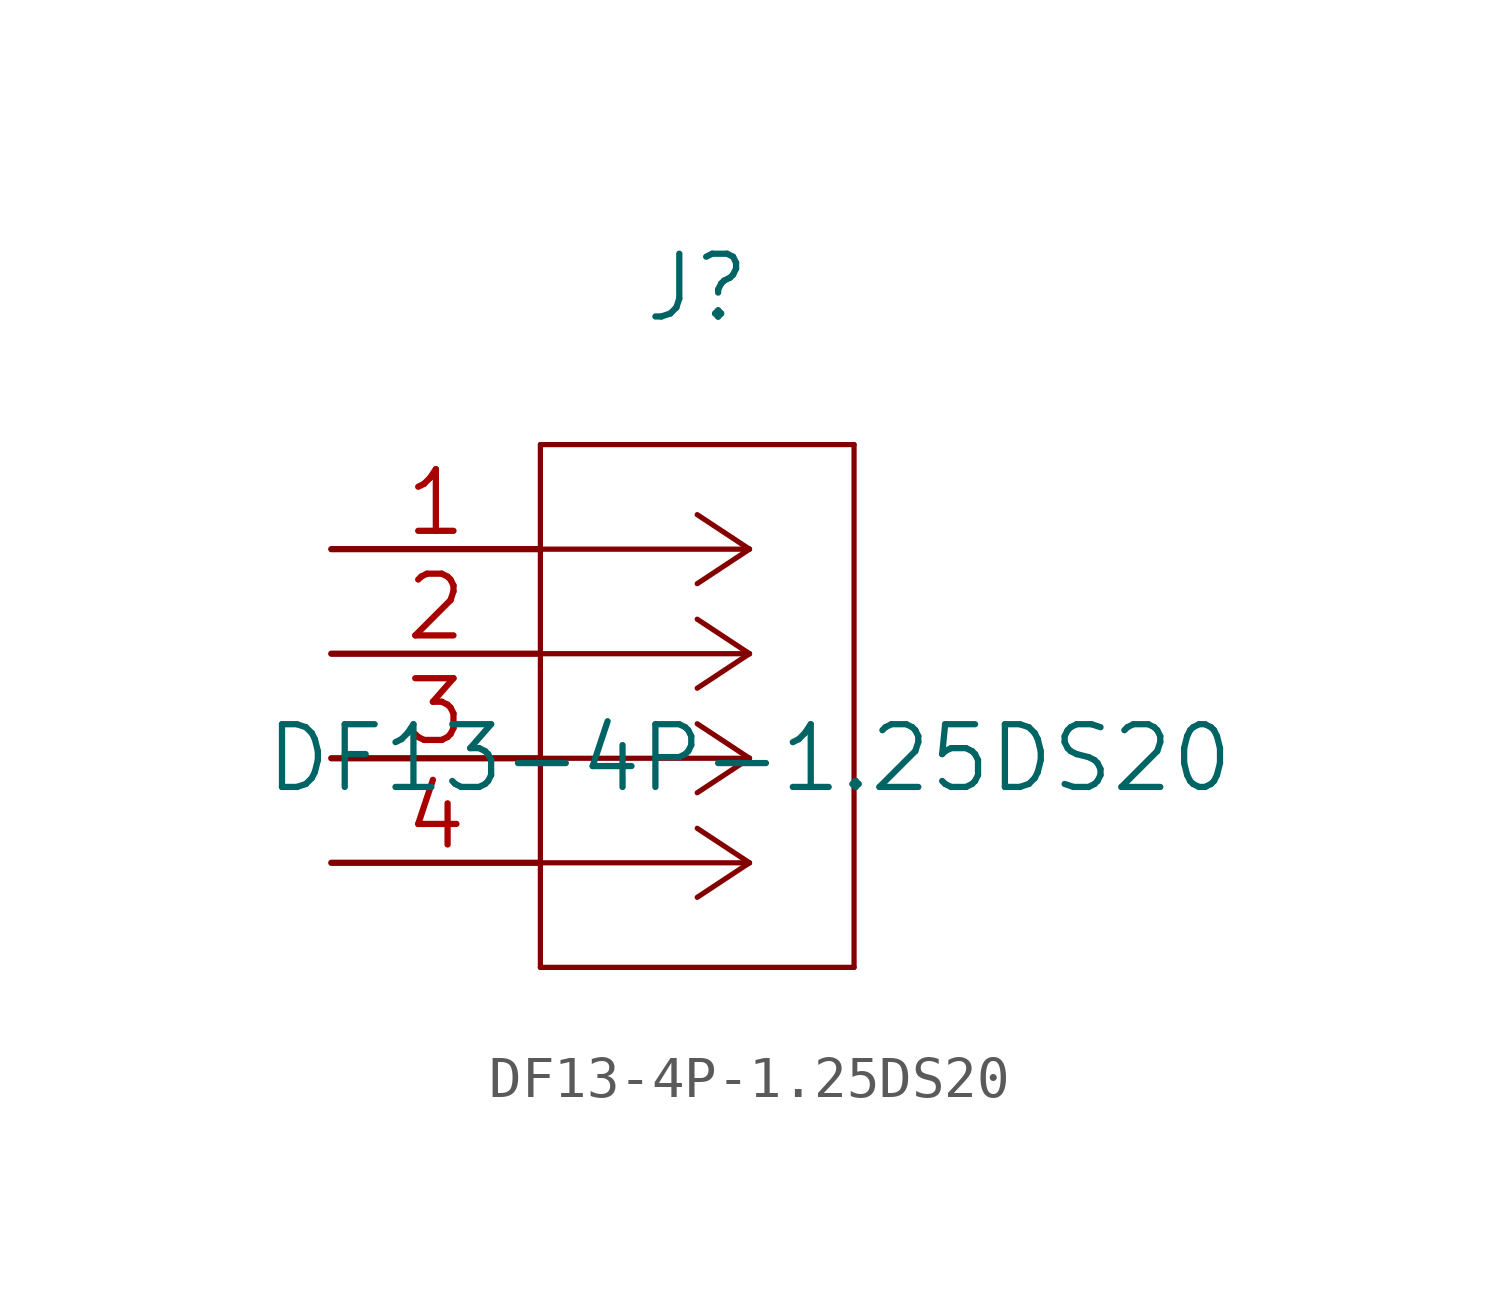
<source format=kicad_sym>
(kicad_symbol_lib
  (version 20211014)
  (generator kicad_symbol_editor)
  (symbol "DF13-4P-1.25DS20"
    (pin_names
      (offset 0.254) hide)
    (property "Reference" "J"
      (at 8.89 6.35 0)
      (effects (font (size 1.524 1.524))))
    (property "Value" "DF13-4P-1.25DS20"
      (at 10.16 -5.08 0)
      (effects (font (size 1.524 1.524))))
    (property "Datasheet" ""
      (at 0 0 0)
      (effects (font (size 1.524 1.524))))
    (property "ki_locked" ""
      (at 0 0 0)
      (effects (font (size 1.27 1.27))))
    (symbol "DF13-4P-1.25DS20_1_1"
      (polyline (pts (xy 5.08 -10.16) (xy 12.7 -10.16)) (stroke (width 0.127) (type default) (color 0 0 0 0)) (fill (type none)))
      (polyline (pts (xy 5.08 2.54) (xy 5.08 -10.16)) (stroke (width 0.127) (type default) (color 0 0 0 0)) (fill (type none)))
      (polyline (pts (xy 10.16 -7.62) (xy 5.08 -7.62)) (stroke (width 0.127) (type default) (color 0 0 0 0)) (fill (type none)))
      (polyline (pts (xy 10.16 -7.62) (xy 8.89 -8.458)) (stroke (width 0.127) (type default) (color 0 0 0 0)) (fill (type none)))
      (polyline (pts (xy 10.16 -7.62) (xy 8.89 -6.782)) (stroke (width 0.127) (type default) (color 0 0 0 0)) (fill (type none)))
      (polyline (pts (xy 10.16 -5.08) (xy 5.08 -5.08)) (stroke (width 0.127) (type default) (color 0 0 0 0)) (fill (type none)))
      (polyline (pts (xy 10.16 -5.08) (xy 8.89 -5.918)) (stroke (width 0.127) (type default) (color 0 0 0 0)) (fill (type none)))
      (polyline (pts (xy 10.16 -5.08) (xy 8.89 -4.242)) (stroke (width 0.127) (type default) (color 0 0 0 0)) (fill (type none)))
      (polyline (pts (xy 10.16 -2.54) (xy 5.08 -2.54)) (stroke (width 0.127) (type default) (color 0 0 0 0)) (fill (type none)))
      (polyline (pts (xy 10.16 -2.54) (xy 8.89 -3.378)) (stroke (width 0.127) (type default) (color 0 0 0 0)) (fill (type none)))
      (polyline (pts (xy 10.16 -2.54) (xy 8.89 -1.702)) (stroke (width 0.127) (type default) (color 0 0 0 0)) (fill (type none)))
      (polyline (pts (xy 10.16 0) (xy 5.08 0)) (stroke (width 0.127) (type default) (color 0 0 0 0)) (fill (type none)))
      (polyline (pts (xy 10.16 0) (xy 8.89 -0.838)) (stroke (width 0.127) (type default) (color 0 0 0 0)) (fill (type none)))
      (polyline (pts (xy 10.16 0) (xy 8.89 0.838)) (stroke (width 0.127) (type default) (color 0 0 0 0)) (fill (type none)))
      (polyline (pts (xy 12.7 -10.16) (xy 12.7 2.54)) (stroke (width 0.127) (type default) (color 0 0 0 0)) (fill (type none)))
      (polyline (pts (xy 12.7 2.54) (xy 5.08 2.54)) (stroke (width 0.127) (type default) (color 0 0 0 0)) (fill (type none)))
      (pin unspecified line (at 0 0 0) (length 5.08) (name "1" (effects (font (size 1.499 1.499)))) (number "1" (effects (font (size 1.499 1.499)))))
      (pin unspecified line (at 0 -2.54 0) (length 5.08) (name "2" (effects (font (size 1.499 1.499)))) (number "2" (effects (font (size 1.499 1.499)))))
      (pin unspecified line (at 0 -5.08 0) (length 5.08) (name "3" (effects (font (size 1.499 1.499)))) (number "3" (effects (font (size 1.499 1.499)))))
      (pin unspecified line (at 0 -7.62 0) (length 5.08) (name "4" (effects (font (size 1.499 1.499)))) (number "4" (effects (font (size 1.499 1.499))))))))
</source>
